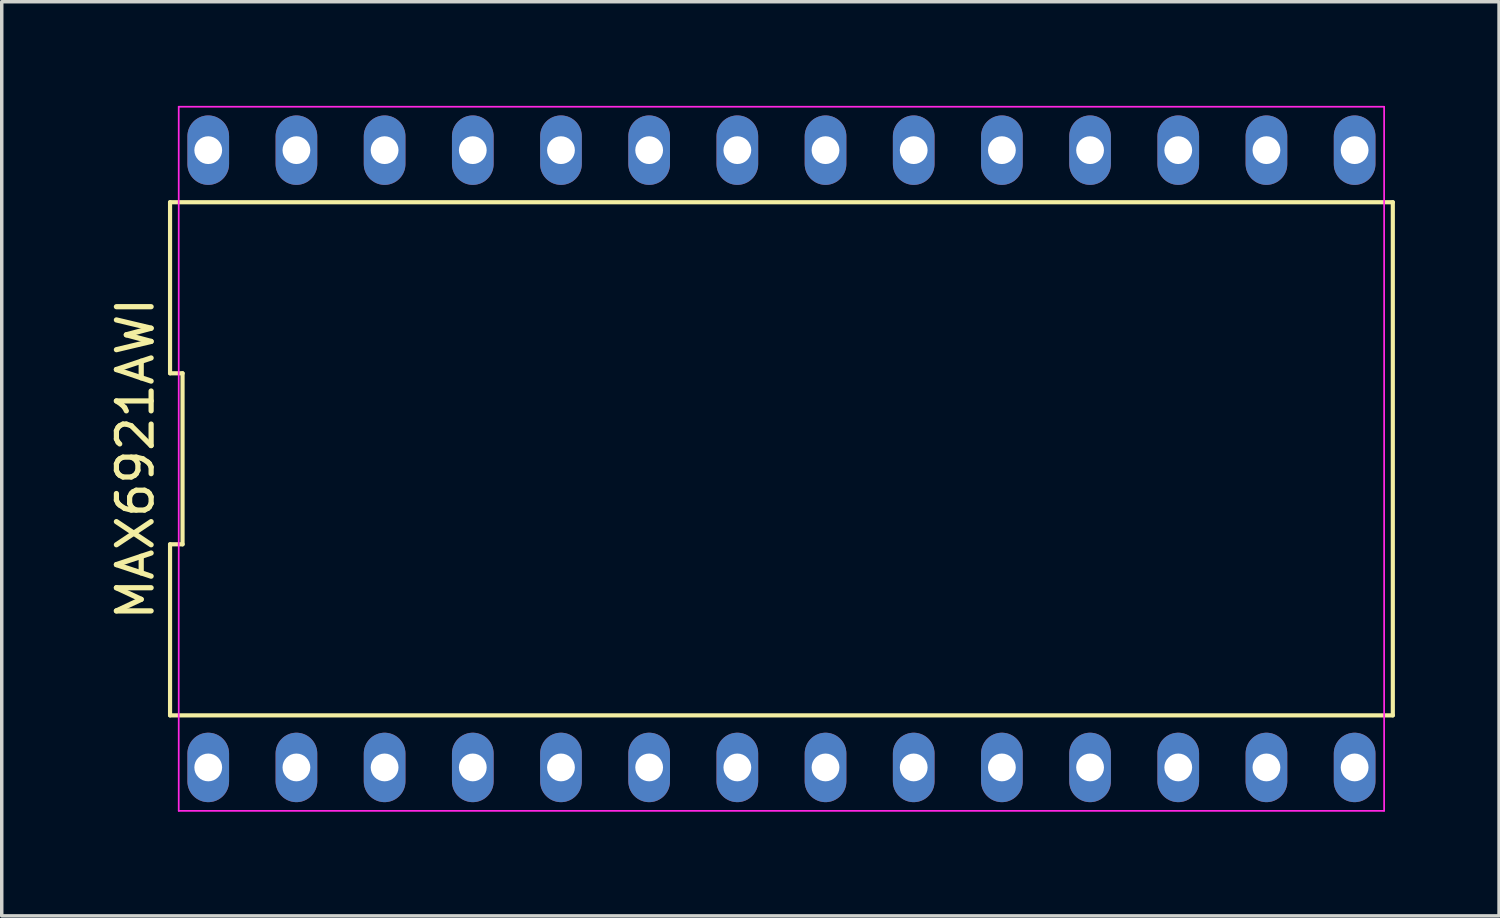
<source format=kicad_pcb>
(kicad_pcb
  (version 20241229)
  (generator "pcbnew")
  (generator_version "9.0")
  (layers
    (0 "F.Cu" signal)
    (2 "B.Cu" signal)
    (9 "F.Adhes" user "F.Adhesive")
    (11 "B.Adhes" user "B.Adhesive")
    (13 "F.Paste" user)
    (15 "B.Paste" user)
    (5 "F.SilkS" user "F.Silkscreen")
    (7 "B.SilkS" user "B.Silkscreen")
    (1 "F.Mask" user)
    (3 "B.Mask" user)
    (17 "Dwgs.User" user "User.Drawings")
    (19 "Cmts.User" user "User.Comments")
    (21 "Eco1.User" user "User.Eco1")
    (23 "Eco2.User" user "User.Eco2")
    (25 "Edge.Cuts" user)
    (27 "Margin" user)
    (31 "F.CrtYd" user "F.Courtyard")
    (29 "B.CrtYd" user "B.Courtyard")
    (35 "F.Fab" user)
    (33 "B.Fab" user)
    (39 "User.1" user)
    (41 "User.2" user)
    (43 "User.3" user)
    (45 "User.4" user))
  (footprint "MAX6921AWI"
    (layer "F.Cu")
    (at 19.458 10.165)
    (property "Reference" "MAX6921AWI" (at -18.61 0 90) (layer "F.SilkS") (effects (font (size 1 1) (thickness 0.15))))
    (attr through_hole)
    (fp_line (start -17.61 -7.39) (end -17.61 -2.463) (stroke (width 0.12) (type solid)) (layer "F.SilkS"))
    (fp_line (start -17.61 -2.463) (end -17.25 -2.463) (stroke (width 0.12) (type solid)) (layer "F.SilkS"))
    (fp_line (start -17.61 2.463) (end -17.61 7.39) (stroke (width 0.12) (type solid)) (layer "F.SilkS"))
    (fp_line (start -17.61 7.39) (end 17.61 7.39) (stroke (width 0.12) (type solid)) (layer "F.SilkS"))
    (fp_line (start -17.25 -2.463) (end -17.25 2.463) (stroke (width 0.12) (type solid)) (layer "F.SilkS"))
    (fp_line (start -17.25 2.463) (end -17.61 2.463) (stroke (width 0.12) (type solid)) (layer "F.SilkS"))
    (fp_line (start 17.61 -7.39) (end -17.61 -7.39) (stroke (width 0.12) (type solid)) (layer "F.SilkS"))
    (fp_line (start 17.61 7.39) (end 17.61 -7.39) (stroke (width 0.12) (type solid)) (layer "F.SilkS"))
    (fp_line (start -17.36 -10.14) (end 17.36 -10.14) (stroke (width 0.05) (type solid)) (layer "F.CrtYd"))
    (fp_line (start -17.36 10.14) (end -17.36 -10.14) (stroke (width 0.05) (type solid)) (layer "F.CrtYd"))
    (fp_line (start 17.36 -10.14) (end 17.36 10.14) (stroke (width 0.05) (type solid)) (layer "F.CrtYd"))
    (fp_line (start 17.36 10.14) (end -17.36 10.14) (stroke (width 0.05) (type solid)) (layer "F.CrtYd"))
    (pad "1" thru_hole oval (at -16.51 8.89) (size 1.2 2) (drill 0.8) (layers "*.Cu" "*.Mask"))
    (pad "2" thru_hole oval (at -13.97 8.89) (size 1.2 2) (drill 0.8) (layers "*.Cu" "*.Mask"))
    (pad "3" thru_hole oval (at -11.43 8.89) (size 1.2 2) (drill 0.8) (layers "*.Cu" "*.Mask"))
    (pad "4" thru_hole oval (at -8.89 8.89) (size 1.2 2) (drill 0.8) (layers "*.Cu" "*.Mask"))
    (pad "5" thru_hole oval (at -6.35 8.89) (size 1.2 2) (drill 0.8) (layers "*.Cu" "*.Mask"))
    (pad "6" thru_hole oval (at -3.81 8.89) (size 1.2 2) (drill 0.8) (layers "*.Cu" "*.Mask"))
    (pad "7" thru_hole oval (at -1.27 8.89) (size 1.2 2) (drill 0.8) (layers "*.Cu" "*.Mask"))
    (pad "8" thru_hole oval (at 1.27 8.89) (size 1.2 2) (drill 0.8) (layers "*.Cu" "*.Mask"))
    (pad "9" thru_hole oval (at 3.81 8.89) (size 1.2 2) (drill 0.8) (layers "*.Cu" "*.Mask"))
    (pad "10" thru_hole oval (at 6.35 8.89) (size 1.2 2) (drill 0.8) (layers "*.Cu" "*.Mask"))
    (pad "11" thru_hole oval (at 8.89 8.89) (size 1.2 2) (drill 0.8) (layers "*.Cu" "*.Mask"))
    (pad "12" thru_hole oval (at 11.43 8.89) (size 1.2 2) (drill 0.8) (layers "*.Cu" "*.Mask"))
    (pad "13" thru_hole oval (at 13.97 8.89) (size 1.2 2) (drill 0.8) (layers "*.Cu" "*.Mask"))
    (pad "14" thru_hole oval (at 16.51 8.89) (size 1.2 2) (drill 0.8) (layers "*.Cu" "*.Mask"))
    (pad "15" thru_hole oval (at 16.51 -8.89) (size 1.2 2) (drill 0.8) (layers "*.Cu" "*.Mask"))
    (pad "16" thru_hole oval (at 13.97 -8.89) (size 1.2 2) (drill 0.8) (layers "*.Cu" "*.Mask"))
    (pad "17" thru_hole oval (at 11.43 -8.89) (size 1.2 2) (drill 0.8) (layers "*.Cu" "*.Mask"))
    (pad "18" thru_hole oval (at 8.89 -8.89) (size 1.2 2) (drill 0.8) (layers "*.Cu" "*.Mask"))
    (pad "19" thru_hole oval (at 6.35 -8.89) (size 1.2 2) (drill 0.8) (layers "*.Cu" "*.Mask"))
    (pad "20" thru_hole oval (at 3.81 -8.89) (size 1.2 2) (drill 0.8) (layers "*.Cu" "*.Mask"))
    (pad "21" thru_hole oval (at 1.27 -8.89) (size 1.2 2) (drill 0.8) (layers "*.Cu" "*.Mask"))
    (pad "22" thru_hole oval (at -1.27 -8.89) (size 1.2 2) (drill 0.8) (layers "*.Cu" "*.Mask"))
    (pad "23" thru_hole oval (at -3.81 -8.89) (size 1.2 2) (drill 0.8) (layers "*.Cu" "*.Mask"))
    (pad "24" thru_hole oval (at -6.35 -8.89) (size 1.2 2) (drill 0.8) (layers "*.Cu" "*.Mask"))
    (pad "25" thru_hole oval (at -8.89 -8.89) (size 1.2 2) (drill 0.8) (layers "*.Cu" "*.Mask"))
    (pad "26" thru_hole oval (at -11.43 -8.89) (size 1.2 2) (drill 0.8) (layers "*.Cu" "*.Mask"))
    (pad "27" thru_hole oval (at -13.97 -8.89) (size 1.2 2) (drill 0.8) (layers "*.Cu" "*.Mask"))
    (pad "28" thru_hole oval (at -16.51 -8.89) (size 1.2 2) (drill 0.8) (layers "*.Cu" "*.Mask")))
  (gr_rect
    (start -3 -3)
    (end 40.128 23.33)
    (stroke (width 0.1) (type default))
    (fill no)
    (layer "Edge.Cuts")))
</source>
